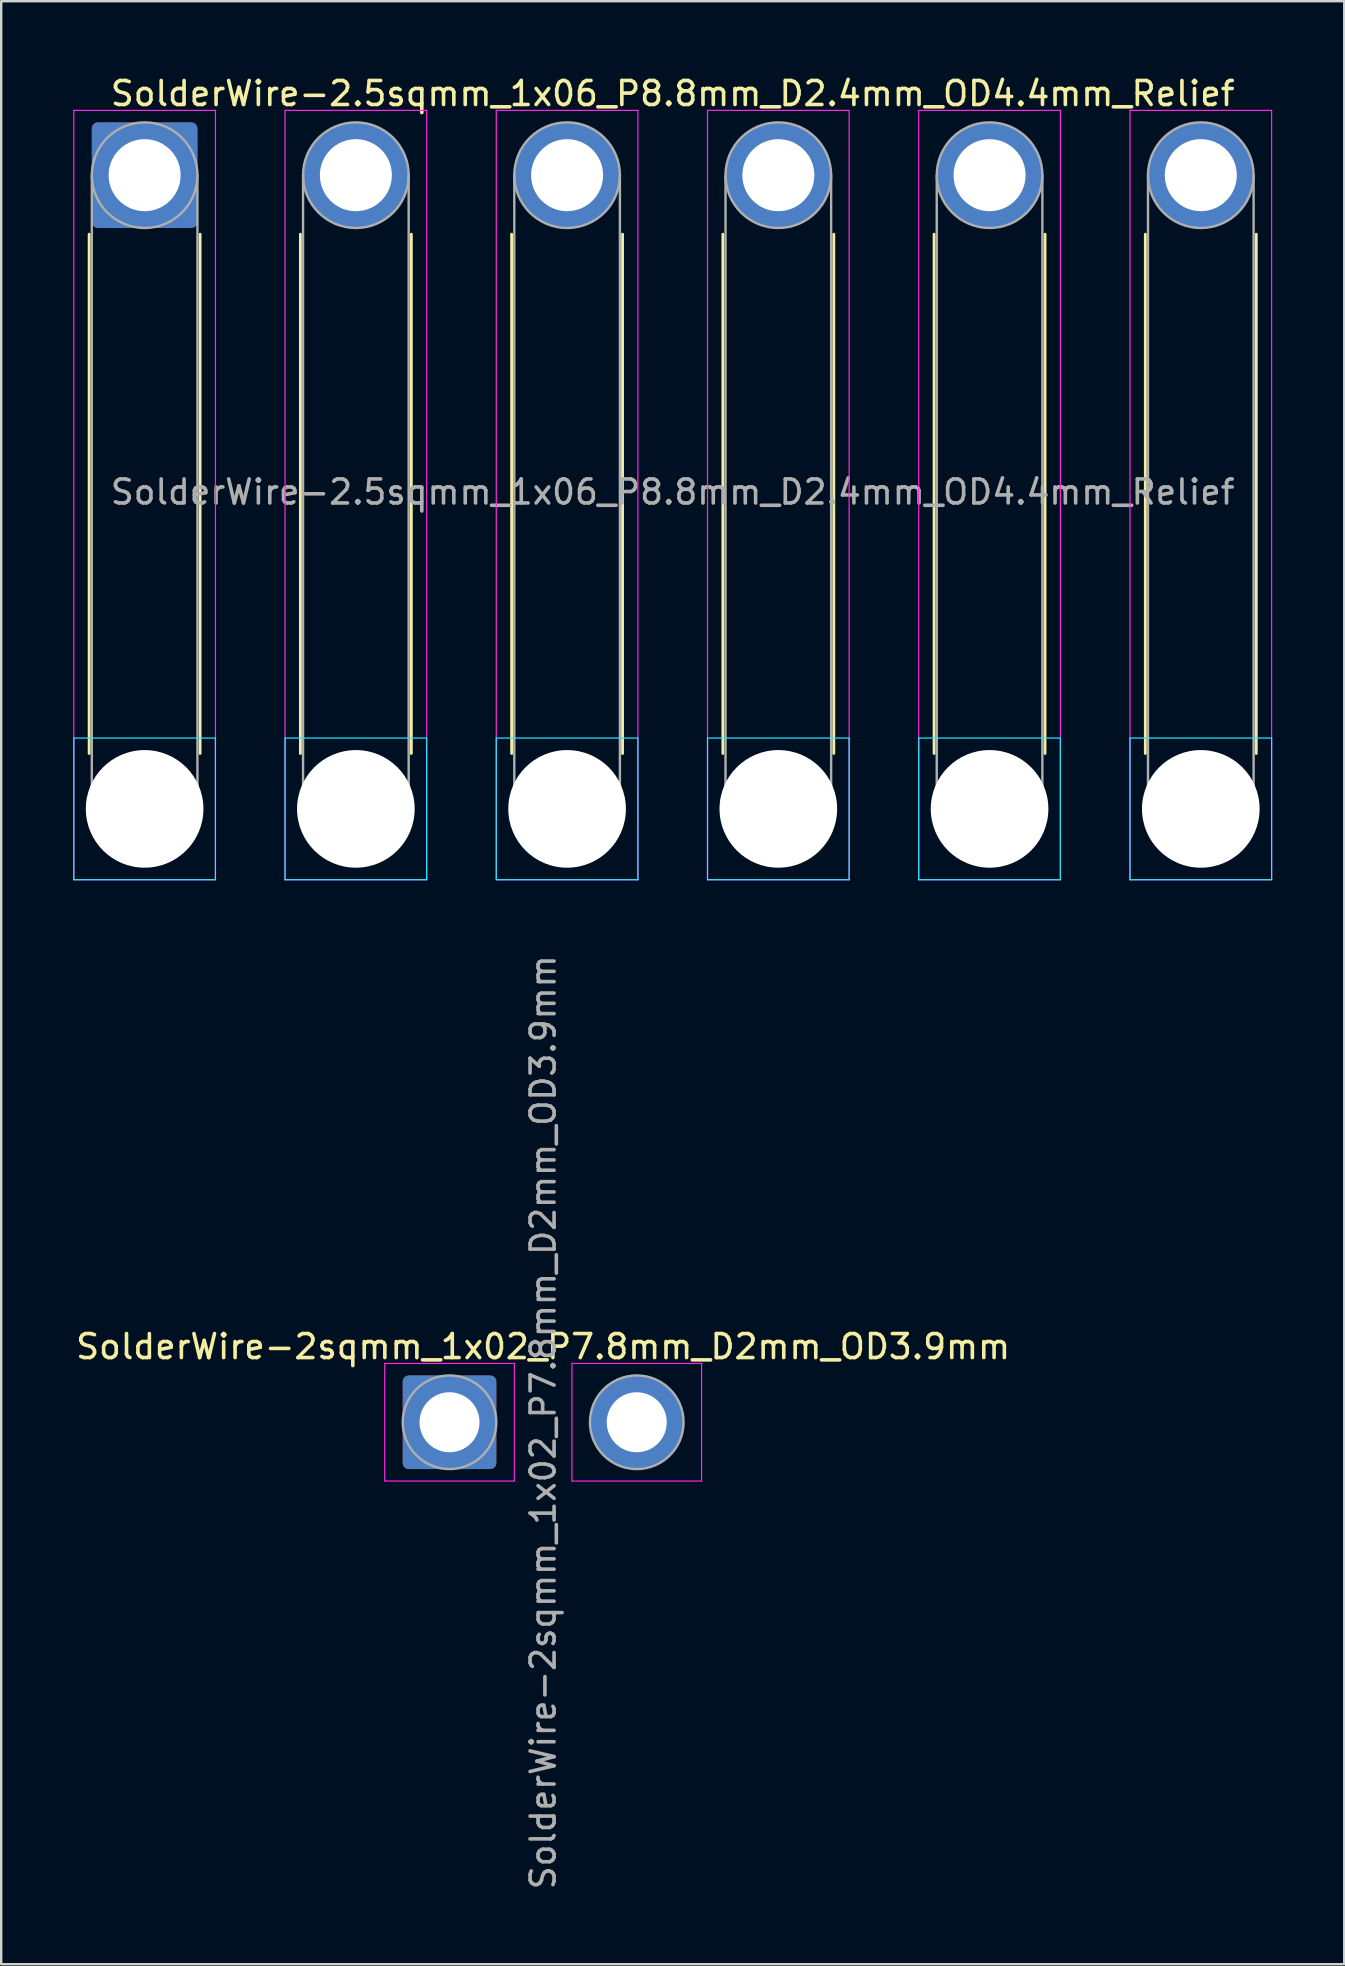
<source format=kicad_pcb>
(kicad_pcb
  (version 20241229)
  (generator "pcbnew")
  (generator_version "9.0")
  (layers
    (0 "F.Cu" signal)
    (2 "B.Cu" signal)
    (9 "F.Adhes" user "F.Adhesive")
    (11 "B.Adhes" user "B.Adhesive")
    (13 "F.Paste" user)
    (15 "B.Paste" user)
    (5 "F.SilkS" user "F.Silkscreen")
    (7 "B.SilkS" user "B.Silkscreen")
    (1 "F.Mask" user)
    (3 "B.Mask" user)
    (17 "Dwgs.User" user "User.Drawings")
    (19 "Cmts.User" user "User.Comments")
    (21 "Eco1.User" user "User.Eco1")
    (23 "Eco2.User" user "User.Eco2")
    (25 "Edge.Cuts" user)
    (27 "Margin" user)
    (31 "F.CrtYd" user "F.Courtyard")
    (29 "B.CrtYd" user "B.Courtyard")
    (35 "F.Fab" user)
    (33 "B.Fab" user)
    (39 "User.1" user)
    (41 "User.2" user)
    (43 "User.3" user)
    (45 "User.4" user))
  (footprint "SolderWire-2.5sqmm_1x06_P8.8mm_D2.4mm_OD4.4mm_Relief"
    (layer "F.Cu")
    (at 2.975 4.248)
    (property "Reference" "SolderWire-2.5sqmm_1x06_P8.8mm_D2.4mm_OD4.4mm_Relief" (at 22 -3.4 0) (layer "F.SilkS") (effects (font (size 1 1) (thickness 0.15))))
    (attr exclude_from_pos_files exclude_from_bom)
    (fp_line (start -2.31 2.46) (end -2.31 24.09) (stroke (width 0.12) (type solid)) (layer "F.SilkS"))
    (fp_line (start 2.31 2.46) (end 2.31 24.09) (stroke (width 0.12) (type solid)) (layer "F.SilkS"))
    (fp_line (start 6.49 2.46) (end 6.49 24.09) (stroke (width 0.12) (type solid)) (layer "F.SilkS"))
    (fp_line (start 11.11 2.46) (end 11.11 24.09) (stroke (width 0.12) (type solid)) (layer "F.SilkS"))
    (fp_line (start 15.29 2.46) (end 15.29 24.09) (stroke (width 0.12) (type solid)) (layer "F.SilkS"))
    (fp_line (start 19.91 2.46) (end 19.91 24.09) (stroke (width 0.12) (type solid)) (layer "F.SilkS"))
    (fp_line (start 24.09 2.46) (end 24.09 24.09) (stroke (width 0.12) (type solid)) (layer "F.SilkS"))
    (fp_line (start 28.71 2.46) (end 28.71 24.09) (stroke (width 0.12) (type solid)) (layer "F.SilkS"))
    (fp_line (start 32.89 2.46) (end 32.89 24.09) (stroke (width 0.12) (type solid)) (layer "F.SilkS"))
    (fp_line (start 37.51 2.46) (end 37.51 24.09) (stroke (width 0.12) (type solid)) (layer "F.SilkS"))
    (fp_line (start 41.69 2.46) (end 41.69 24.09) (stroke (width 0.12) (type solid)) (layer "F.SilkS"))
    (fp_line (start 46.31 2.46) (end 46.31 24.09) (stroke (width 0.12) (type solid)) (layer "F.SilkS"))
    (fp_line (start -2.95 23.45) (end -2.95 29.35) (stroke (width 0.05) (type solid)) (layer "B.CrtYd"))
    (fp_line (start -2.95 29.35) (end 2.95 29.35) (stroke (width 0.05) (type solid)) (layer "B.CrtYd"))
    (fp_line (start 2.95 23.45) (end -2.95 23.45) (stroke (width 0.05) (type solid)) (layer "B.CrtYd"))
    (fp_line (start 2.95 29.35) (end 2.95 23.45) (stroke (width 0.05) (type solid)) (layer "B.CrtYd"))
    (fp_line (start 5.85 23.45) (end 5.85 29.35) (stroke (width 0.05) (type solid)) (layer "B.CrtYd"))
    (fp_line (start 5.85 29.35) (end 11.75 29.35) (stroke (width 0.05) (type solid)) (layer "B.CrtYd"))
    (fp_line (start 11.75 23.45) (end 5.85 23.45) (stroke (width 0.05) (type solid)) (layer "B.CrtYd"))
    (fp_line (start 11.75 29.35) (end 11.75 23.45) (stroke (width 0.05) (type solid)) (layer "B.CrtYd"))
    (fp_line (start 14.65 23.45) (end 14.65 29.35) (stroke (width 0.05) (type solid)) (layer "B.CrtYd"))
    (fp_line (start 14.65 29.35) (end 20.55 29.35) (stroke (width 0.05) (type solid)) (layer "B.CrtYd"))
    (fp_line (start 20.55 23.45) (end 14.65 23.45) (stroke (width 0.05) (type solid)) (layer "B.CrtYd"))
    (fp_line (start 20.55 29.35) (end 20.55 23.45) (stroke (width 0.05) (type solid)) (layer "B.CrtYd"))
    (fp_line (start 23.45 23.45) (end 23.45 29.35) (stroke (width 0.05) (type solid)) (layer "B.CrtYd"))
    (fp_line (start 23.45 29.35) (end 29.35 29.35) (stroke (width 0.05) (type solid)) (layer "B.CrtYd"))
    (fp_line (start 29.35 23.45) (end 23.45 23.45) (stroke (width 0.05) (type solid)) (layer "B.CrtYd"))
    (fp_line (start 29.35 29.35) (end 29.35 23.45) (stroke (width 0.05) (type solid)) (layer "B.CrtYd"))
    (fp_line (start 32.25 23.45) (end 32.25 29.35) (stroke (width 0.05) (type solid)) (layer "B.CrtYd"))
    (fp_line (start 32.25 29.35) (end 38.15 29.35) (stroke (width 0.05) (type solid)) (layer "B.CrtYd"))
    (fp_line (start 38.15 23.45) (end 32.25 23.45) (stroke (width 0.05) (type solid)) (layer "B.CrtYd"))
    (fp_line (start 38.15 29.35) (end 38.15 23.45) (stroke (width 0.05) (type solid)) (layer "B.CrtYd"))
    (fp_line (start 41.05 23.45) (end 41.05 29.35) (stroke (width 0.05) (type solid)) (layer "B.CrtYd"))
    (fp_line (start 41.05 29.35) (end 46.95 29.35) (stroke (width 0.05) (type solid)) (layer "B.CrtYd"))
    (fp_line (start 46.95 23.45) (end 41.05 23.45) (stroke (width 0.05) (type solid)) (layer "B.CrtYd"))
    (fp_line (start 46.95 29.35) (end 46.95 23.45) (stroke (width 0.05) (type solid)) (layer "B.CrtYd"))
    (fp_line (start -2.95 -2.7) (end -2.95 29.35) (stroke (width 0.05) (type solid)) (layer "F.CrtYd"))
    (fp_line (start -2.95 29.35) (end 2.95 29.35) (stroke (width 0.05) (type solid)) (layer "F.CrtYd"))
    (fp_line (start 2.95 -2.7) (end -2.95 -2.7) (stroke (width 0.05) (type solid)) (layer "F.CrtYd"))
    (fp_line (start 2.95 29.35) (end 2.95 -2.7) (stroke (width 0.05) (type solid)) (layer "F.CrtYd"))
    (fp_line (start 5.85 -2.7) (end 5.85 29.35) (stroke (width 0.05) (type solid)) (layer "F.CrtYd"))
    (fp_line (start 5.85 29.35) (end 11.75 29.35) (stroke (width 0.05) (type solid)) (layer "F.CrtYd"))
    (fp_line (start 11.75 -2.7) (end 5.85 -2.7) (stroke (width 0.05) (type solid)) (layer "F.CrtYd"))
    (fp_line (start 11.75 29.35) (end 11.75 -2.7) (stroke (width 0.05) (type solid)) (layer "F.CrtYd"))
    (fp_line (start 14.65 -2.7) (end 14.65 29.35) (stroke (width 0.05) (type solid)) (layer "F.CrtYd"))
    (fp_line (start 14.65 29.35) (end 20.55 29.35) (stroke (width 0.05) (type solid)) (layer "F.CrtYd"))
    (fp_line (start 20.55 -2.7) (end 14.65 -2.7) (stroke (width 0.05) (type solid)) (layer "F.CrtYd"))
    (fp_line (start 20.55 29.35) (end 20.55 -2.7) (stroke (width 0.05) (type solid)) (layer "F.CrtYd"))
    (fp_line (start 23.45 -2.7) (end 23.45 29.35) (stroke (width 0.05) (type solid)) (layer "F.CrtYd"))
    (fp_line (start 23.45 29.35) (end 29.35 29.35) (stroke (width 0.05) (type solid)) (layer "F.CrtYd"))
    (fp_line (start 29.35 -2.7) (end 23.45 -2.7) (stroke (width 0.05) (type solid)) (layer "F.CrtYd"))
    (fp_line (start 29.35 29.35) (end 29.35 -2.7) (stroke (width 0.05) (type solid)) (layer "F.CrtYd"))
    (fp_line (start 32.25 -2.7) (end 32.25 29.35) (stroke (width 0.05) (type solid)) (layer "F.CrtYd"))
    (fp_line (start 32.25 29.35) (end 38.15 29.35) (stroke (width 0.05) (type solid)) (layer "F.CrtYd"))
    (fp_line (start 38.15 -2.7) (end 32.25 -2.7) (stroke (width 0.05) (type solid)) (layer "F.CrtYd"))
    (fp_line (start 38.15 29.35) (end 38.15 -2.7) (stroke (width 0.05) (type solid)) (layer "F.CrtYd"))
    (fp_line (start 41.05 -2.7) (end 41.05 29.35) (stroke (width 0.05) (type solid)) (layer "F.CrtYd"))
    (fp_line (start 41.05 29.35) (end 46.95 29.35) (stroke (width 0.05) (type solid)) (layer "F.CrtYd"))
    (fp_line (start 46.95 -2.7) (end 41.05 -2.7) (stroke (width 0.05) (type solid)) (layer "F.CrtYd"))
    (fp_line (start 46.95 29.35) (end 46.95 -2.7) (stroke (width 0.05) (type solid)) (layer "F.CrtYd"))
    (fp_line (start -2.2 0) (end -2.2 26.4) (stroke (width 0.1) (type solid)) (layer "F.Fab"))
    (fp_line (start 2.2 0) (end 2.2 26.4) (stroke (width 0.1) (type solid)) (layer "F.Fab"))
    (fp_line (start 6.6 0) (end 6.6 26.4) (stroke (width 0.1) (type solid)) (layer "F.Fab"))
    (fp_line (start 11 0) (end 11 26.4) (stroke (width 0.1) (type solid)) (layer "F.Fab"))
    (fp_line (start 15.4 0) (end 15.4 26.4) (stroke (width 0.1) (type solid)) (layer "F.Fab"))
    (fp_line (start 19.8 0) (end 19.8 26.4) (stroke (width 0.1) (type solid)) (layer "F.Fab"))
    (fp_line (start 24.2 0) (end 24.2 26.4) (stroke (width 0.1) (type solid)) (layer "F.Fab"))
    (fp_line (start 28.6 0) (end 28.6 26.4) (stroke (width 0.1) (type solid)) (layer "F.Fab"))
    (fp_line (start 33 0) (end 33 26.4) (stroke (width 0.1) (type solid)) (layer "F.Fab"))
    (fp_line (start 37.4 0) (end 37.4 26.4) (stroke (width 0.1) (type solid)) (layer "F.Fab"))
    (fp_line (start 41.8 0) (end 41.8 26.4) (stroke (width 0.1) (type solid)) (layer "F.Fab"))
    (fp_line (start 46.2 0) (end 46.2 26.4) (stroke (width 0.1) (type solid)) (layer "F.Fab"))
    (fp_circle (center 0 0) (end 2.2 0) (stroke (width 0.1) (type solid)) (fill no) (layer "F.Fab"))
    (fp_circle (center 0 26.4) (end 2.2 26.4) (stroke (width 0.1) (type solid)) (fill no) (layer "F.Fab"))
    (fp_circle (center 8.8 0) (end 11 0) (stroke (width 0.1) (type solid)) (fill no) (layer "F.Fab"))
    (fp_circle (center 8.8 26.4) (end 11 26.4) (stroke (width 0.1) (type solid)) (fill no) (layer "F.Fab"))
    (fp_circle (center 17.6 0) (end 19.8 0) (stroke (width 0.1) (type solid)) (fill no) (layer "F.Fab"))
    (fp_circle (center 17.6 26.4) (end 19.8 26.4) (stroke (width 0.1) (type solid)) (fill no) (layer "F.Fab"))
    (fp_circle (center 26.4 0) (end 28.6 0) (stroke (width 0.1) (type solid)) (fill no) (layer "F.Fab"))
    (fp_circle (center 26.4 26.4) (end 28.6 26.4) (stroke (width 0.1) (type solid)) (fill no) (layer "F.Fab"))
    (fp_circle (center 35.2 0) (end 37.4 0) (stroke (width 0.1) (type solid)) (fill no) (layer "F.Fab"))
    (fp_circle (center 35.2 26.4) (end 37.4 26.4) (stroke (width 0.1) (type solid)) (fill no) (layer "F.Fab"))
    (fp_circle (center 44 0) (end 46.2 0) (stroke (width 0.1) (type solid)) (fill no) (layer "F.Fab"))
    (fp_circle (center 44 26.4) (end 46.2 26.4) (stroke (width 0.1) (type solid)) (fill no) (layer "F.Fab"))
    (fp_text user "${REFERENCE}" (at 22 13.2 0) (layer "F.Fab") (effects (font (size 1 1) (thickness 0.15))))
    (pad "" np_thru_hole circle (at 0 26.4) (size 4.9 4.9) (drill 4.9) (layers "*.Cu" "*.Mask"))
    (pad "" np_thru_hole circle (at 8.8 26.4) (size 4.9 4.9) (drill 4.9) (layers "*.Cu" "*.Mask"))
    (pad "" np_thru_hole circle (at 17.6 26.4) (size 4.9 4.9) (drill 4.9) (layers "*.Cu" "*.Mask"))
    (pad "" np_thru_hole circle (at 26.4 26.4) (size 4.9 4.9) (drill 4.9) (layers "*.Cu" "*.Mask"))
    (pad "" np_thru_hole circle (at 35.2 26.4) (size 4.9 4.9) (drill 4.9) (layers "*.Cu" "*.Mask"))
    (pad "" np_thru_hole circle (at 44 26.4) (size 4.9 4.9) (drill 4.9) (layers "*.Cu" "*.Mask"))
    (pad "1" thru_hole roundrect (at 0 0) (size 4.4 4.4) (drill 3) (layers "*.Cu" "*.Mask") (roundrect_rratio 0.057))
    (pad "2" thru_hole circle (at 8.8 0) (size 4.4 4.4) (drill 3) (layers "*.Cu" "*.Mask"))
    (pad "3" thru_hole circle (at 17.6 0) (size 4.4 4.4) (drill 3) (layers "*.Cu" "*.Mask"))
    (pad "4" thru_hole circle (at 26.4 0) (size 4.4 4.4) (drill 3) (layers "*.Cu" "*.Mask"))
    (pad "5" thru_hole circle (at 35.2 0) (size 4.4 4.4) (drill 3) (layers "*.Cu" "*.Mask"))
    (pad "6" thru_hole circle (at 44 0) (size 4.4 4.4) (drill 3) (layers "*.Cu" "*.Mask")))
  (footprint "SolderWire-2sqmm_1x02_P7.8mm_D2mm_OD3.9mm"
    (layer "F.Cu")
    (at 15.677 56.201)
    (property "Reference" "SolderWire-2sqmm_1x02_P7.8mm_D2mm_OD3.9mm" (at 3.9 -3.15 0) (layer "F.SilkS") (effects (font (size 1 1) (thickness 0.15))))
    (attr exclude_from_pos_files exclude_from_bom)
    (fp_line (start -2.7 -2.45) (end -2.7 2.45) (stroke (width 0.05) (type solid)) (layer "F.CrtYd"))
    (fp_line (start -2.7 2.45) (end 2.7 2.45) (stroke (width 0.05) (type solid)) (layer "F.CrtYd"))
    (fp_line (start 2.7 -2.45) (end -2.7 -2.45) (stroke (width 0.05) (type solid)) (layer "F.CrtYd"))
    (fp_line (start 2.7 2.45) (end 2.7 -2.45) (stroke (width 0.05) (type solid)) (layer "F.CrtYd"))
    (fp_line (start 5.1 -2.45) (end 5.1 2.45) (stroke (width 0.05) (type solid)) (layer "F.CrtYd"))
    (fp_line (start 5.1 2.45) (end 10.5 2.45) (stroke (width 0.05) (type solid)) (layer "F.CrtYd"))
    (fp_line (start 10.5 -2.45) (end 5.1 -2.45) (stroke (width 0.05) (type solid)) (layer "F.CrtYd"))
    (fp_line (start 10.5 2.45) (end 10.5 -2.45) (stroke (width 0.05) (type solid)) (layer "F.CrtYd"))
    (fp_circle (center 0 0) (end 1.95 0) (stroke (width 0.1) (type solid)) (fill no) (layer "F.Fab"))
    (fp_circle (center 7.8 0) (end 9.75 0) (stroke (width 0.1) (type solid)) (fill no) (layer "F.Fab"))
    (fp_text user "${REFERENCE}" (at 3.9 0 90) (layer "F.Fab") (effects (font (size 1 1) (thickness 0.15))))
    (pad "1" thru_hole roundrect (at 0 0) (size 3.9 3.9) (drill 2.5) (layers "*.Cu" "*.Mask") (roundrect_rratio 0.064))
    (pad "2" thru_hole circle (at 7.8 0) (size 3.9 3.9) (drill 2.5) (layers "*.Cu" "*.Mask")))
  (gr_rect
    (start -3 -3)
    (end 52.95 78.778)
    (stroke (width 0.1) (type default))
    (fill no)
    (layer "Edge.Cuts")))
</source>
